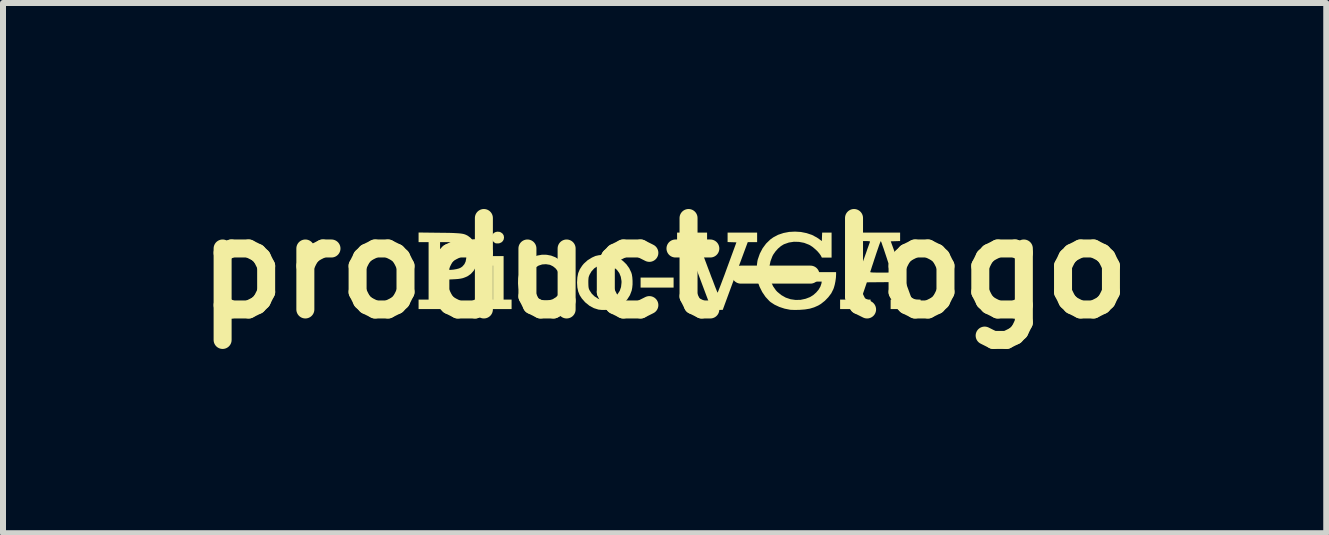
<source format=kicad_pcb>
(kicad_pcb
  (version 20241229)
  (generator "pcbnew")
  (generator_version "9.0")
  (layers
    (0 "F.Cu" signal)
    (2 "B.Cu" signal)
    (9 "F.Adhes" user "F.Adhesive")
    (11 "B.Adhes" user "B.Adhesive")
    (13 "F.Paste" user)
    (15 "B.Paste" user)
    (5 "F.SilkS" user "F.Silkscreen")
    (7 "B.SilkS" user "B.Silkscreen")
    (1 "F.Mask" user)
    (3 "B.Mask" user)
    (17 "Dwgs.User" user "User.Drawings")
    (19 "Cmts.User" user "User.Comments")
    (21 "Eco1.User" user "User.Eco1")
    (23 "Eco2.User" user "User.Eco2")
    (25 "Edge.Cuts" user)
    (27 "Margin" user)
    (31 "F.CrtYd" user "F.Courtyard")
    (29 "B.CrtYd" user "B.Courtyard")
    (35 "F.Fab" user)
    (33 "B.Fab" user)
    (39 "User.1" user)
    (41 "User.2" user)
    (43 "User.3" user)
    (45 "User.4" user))
  (footprint "product-logo"
    (layer "F.Cu")
    (at 8.026 1.418)
    (property "Reference" "product-logo" (at 0 0 0) (layer "F.SilkS") (effects (font (size 1.524 1.524) (thickness 0.3))))
    (attr through_hole)
    (fp_poly (pts (xy 0.15 0.325) (xy -0.4 0.325) (xy -0.4 0.158) (xy 0.15 0.158)) (stroke (width 0) (type solid)) (fill yes) (layer "F.SilkS"))
    (fp_poly (pts (xy -2.683 0.525) (xy -2.55 0.525) (xy -2.55 0.683) (xy -3 0.683) (xy -3 0.525) (xy -2.858 0.525) (xy -2.858 -0.042) (xy -3 -0.042) (xy -3 -0.2) (xy -2.683 -0.2)) (stroke (width 0) (type solid)) (fill yes) (layer "F.SilkS"))
    (fp_poly (pts (xy -2.752 -0.604) (xy -2.73 -0.596) (xy -2.7 -0.574) (xy -2.682 -0.545) (xy -2.676 -0.512) (xy -2.681 -0.479) (xy -2.696 -0.45) (xy -2.722 -0.427) (xy -2.756 -0.413) (xy -2.767 -0.412) (xy -2.794 -0.411) (xy -2.817 -0.414) (xy -2.822 -0.416) (xy -2.848 -0.434) (xy -2.869 -0.462) (xy -2.882 -0.492) (xy -2.883 -0.506) (xy -2.876 -0.545) (xy -2.856 -0.576) (xy -2.827 -0.597) (xy -2.791 -0.607)) (stroke (width 0) (type solid)) (fill yes) (layer "F.SilkS"))
    (fp_poly (pts (xy 0.708 -0.433) (xy 0.637 -0.433) (xy 0.605 -0.432) (xy 0.581 -0.43) (xy 0.568 -0.427) (xy 0.567 -0.425) (xy 0.57 -0.416) (xy 0.578 -0.393) (xy 0.59 -0.358) (xy 0.607 -0.312) (xy 0.627 -0.259) (xy 0.65 -0.198) (xy 0.674 -0.133) (xy 0.7 -0.064) (xy 0.726 0.006) (xy 0.753 0.076) (xy 0.778 0.144) (xy 0.803 0.207) (xy 0.825 0.266) (xy 0.844 0.316) (xy 0.861 0.358) (xy 0.873 0.388) (xy 0.88 0.406) (xy 0.882 0.41) (xy 0.886 0.403) (xy 0.895 0.383) (xy 0.908 0.349) (xy 0.926 0.304) (xy 0.947 0.249) (xy 0.971 0.185) (xy 0.998 0.114) (xy 1.026 0.037) (xy 1.042 -0.007) (xy 1.197 -0.429) (xy 1.05 -0.434) (xy 1.05 -0.592) (xy 1.542 -0.592) (xy 1.542 -0.433) (xy 1.386 -0.433) (xy 1.177 0.131) (xy 0.969 0.696) (xy 0.878 0.698) (xy 0.787 0.7) (xy 0.362 -0.433) (xy 0.285 -0.433) (xy 0.208 -0.433) (xy 0.208 -0.592) (xy 0.708 -0.592)) (stroke (width 0) (type solid)) (fill yes) (layer "F.SilkS"))
    (fp_poly (pts (xy -3.765 -0.589) (xy -3.67 -0.588) (xy -3.59 -0.587) (xy -3.524 -0.585) (xy -3.469 -0.582) (xy -3.425 -0.579) (xy -3.388 -0.575) (xy -3.358 -0.57) (xy -3.333 -0.563) (xy -3.312 -0.555) (xy -3.292 -0.545) (xy -3.279 -0.538) (xy -3.232 -0.502) (xy -3.189 -0.454) (xy -3.152 -0.398) (xy -3.126 -0.338) (xy -3.117 -0.307) (xy -3.112 -0.27) (xy -3.109 -0.223) (xy -3.11 -0.173) (xy -3.113 -0.126) (xy -3.119 -0.089) (xy -3.12 -0.087) (xy -3.146 -0.016) (xy -3.183 0.046) (xy -3.229 0.097) (xy -3.283 0.135) (xy -3.295 0.141) (xy -3.328 0.155) (xy -3.361 0.167) (xy -3.397 0.175) (xy -3.439 0.181) (xy -3.49 0.185) (xy -3.552 0.188) (xy -3.59 0.19) (xy -3.742 0.194) (xy -3.742 0.525) (xy -3.575 0.525) (xy -3.575 0.683) (xy -4.1 0.683) (xy -4.1 0.525) (xy -3.933 0.525) (xy -3.933 0.033) (xy -3.742 0.033) (xy -3.656 0.033) (xy -3.613 0.032) (xy -3.57 0.03) (xy -3.534 0.027) (xy -3.521 0.026) (xy -3.468 0.017) (xy -3.427 0.006) (xy -3.396 -0.008) (xy -3.37 -0.027) (xy -3.367 -0.03) (xy -3.336 -0.066) (xy -3.316 -0.109) (xy -3.306 -0.162) (xy -3.304 -0.205) (xy -3.305 -0.242) (xy -3.309 -0.269) (xy -3.317 -0.294) (xy -3.329 -0.321) (xy -3.349 -0.354) (xy -3.372 -0.381) (xy -3.401 -0.401) (xy -3.436 -0.415) (xy -3.482 -0.425) (xy -3.538 -0.431) (xy -3.609 -0.433) (xy -3.64 -0.433) (xy -3.742 -0.433) (xy -3.742 0.033) (xy -3.933 0.033) (xy -3.933 -0.433) (xy -4.1 -0.433) (xy -4.1 -0.593)) (stroke (width 0) (type solid)) (fill yes) (layer "F.SilkS"))
    (fp_poly (pts (xy -1.966 -0.222) (xy -1.891 -0.208) (xy -1.821 -0.181) (xy -1.791 -0.163) (xy -1.758 -0.141) (xy -1.758 -0.2) (xy -1.6 -0.2) (xy -1.6 0.125) (xy -1.756 0.125) (xy -1.767 0.085) (xy -1.786 0.044) (xy -1.818 0.004) (xy -1.859 -0.029) (xy -1.903 -0.051) (xy -1.913 -0.055) (xy -1.977 -0.065) (xy -2.04 -0.061) (xy -2.099 -0.042) (xy -2.151 -0.009) (xy -2.175 0.014) (xy -2.203 0.047) (xy -2.223 0.079) (xy -2.236 0.113) (xy -2.243 0.154) (xy -2.246 0.205) (xy -2.246 0.229) (xy -2.246 0.272) (xy -2.244 0.303) (xy -2.241 0.326) (xy -2.236 0.346) (xy -2.227 0.367) (xy -2.218 0.386) (xy -2.183 0.445) (xy -2.141 0.489) (xy -2.093 0.52) (xy -2.092 0.52) (xy -2.054 0.532) (xy -2.005 0.538) (xy -1.954 0.538) (xy -1.905 0.531) (xy -1.866 0.52) (xy -1.81 0.485) (xy -1.761 0.436) (xy -1.742 0.409) (xy -1.716 0.368) (xy -1.652 0.397) (xy -1.621 0.411) (xy -1.597 0.423) (xy -1.582 0.432) (xy -1.58 0.433) (xy -1.58 0.445) (xy -1.588 0.465) (xy -1.604 0.493) (xy -1.624 0.523) (xy -1.648 0.553) (xy -1.671 0.579) (xy -1.729 0.625) (xy -1.797 0.662) (xy -1.873 0.686) (xy -1.954 0.699) (xy -2.036 0.699) (xy -2.111 0.687) (xy -2.186 0.66) (xy -2.254 0.619) (xy -2.309 0.569) (xy -2.363 0.499) (xy -2.404 0.422) (xy -2.43 0.339) (xy -2.442 0.254) (xy -2.438 0.167) (xy -2.42 0.082) (xy -2.394 0.017) (xy -2.371 -0.022) (xy -2.336 -0.064) (xy -2.296 -0.105) (xy -2.252 -0.143) (xy -2.21 -0.172) (xy -2.193 -0.181) (xy -2.12 -0.209) (xy -2.043 -0.223)) (stroke (width 0) (type solid)) (fill yes) (layer "F.SilkS"))
    (fp_poly (pts (xy -0.905 -0.216) (xy -0.849 -0.205) (xy -0.839 -0.201) (xy -0.764 -0.167) (xy -0.696 -0.121) (xy -0.637 -0.064) (xy -0.59 0.001) (xy -0.556 0.072) (xy -0.546 0.104) (xy -0.538 0.153) (xy -0.534 0.212) (xy -0.534 0.273) (xy -0.54 0.331) (xy -0.549 0.376) (xy -0.578 0.452) (xy -0.622 0.521) (xy -0.678 0.581) (xy -0.745 0.631) (xy -0.821 0.669) (xy -0.83 0.672) (xy -0.876 0.685) (xy -0.932 0.693) (xy -0.991 0.697) (xy -1.049 0.697) (xy -1.099 0.692) (xy -1.104 0.691) (xy -1.18 0.667) (xy -1.252 0.628) (xy -1.318 0.575) (xy -1.328 0.565) (xy -1.379 0.507) (xy -1.416 0.45) (xy -1.44 0.389) (xy -1.454 0.322) (xy -1.459 0.243) (xy -1.459 0.242) (xy -1.271 0.242) (xy -1.27 0.284) (xy -1.268 0.314) (xy -1.264 0.337) (xy -1.257 0.357) (xy -1.25 0.371) (xy -1.215 0.425) (xy -1.168 0.471) (xy -1.113 0.507) (xy -1.062 0.526) (xy -1.034 0.53) (xy -0.995 0.53) (xy -0.954 0.527) (xy -0.917 0.521) (xy -0.892 0.514) (xy -0.832 0.48) (xy -0.784 0.435) (xy -0.748 0.38) (xy -0.726 0.316) (xy -0.718 0.244) (xy -0.718 0.216) (xy -0.73 0.145) (xy -0.755 0.083) (xy -0.794 0.03) (xy -0.846 -0.012) (xy -0.883 -0.032) (xy -0.911 -0.044) (xy -0.937 -0.051) (xy -0.968 -0.054) (xy -1 -0.054) (xy -1.039 -0.053) (xy -1.067 -0.05) (xy -1.092 -0.043) (xy -1.118 -0.031) (xy -1.173 0.005) (xy -1.218 0.054) (xy -1.249 0.107) (xy -1.259 0.131) (xy -1.266 0.153) (xy -1.269 0.178) (xy -1.271 0.211) (xy -1.271 0.242) (xy -1.459 0.242) (xy -1.459 0.237) (xy -1.454 0.155) (xy -1.44 0.084) (xy -1.413 0.02) (xy -1.374 -0.04) (xy -1.346 -0.074) (xy -1.283 -0.131) (xy -1.21 -0.176) (xy -1.152 -0.202) (xy -1.098 -0.214) (xy -1.036 -0.221) (xy -0.969 -0.222)) (stroke (width 0) (type solid)) (fill yes) (layer "F.SilkS"))
    (fp_poly (pts (xy 3.925 -0.451) (xy 3.769 -0.446) (xy 3.945 0.037) (xy 4.122 0.521) (xy 4.194 0.523) (xy 4.267 0.526) (xy 4.267 0.683) (xy 3.767 0.683) (xy 3.767 0.526) (xy 3.922 0.521) (xy 3.876 0.377) (xy 3.83 0.233) (xy 3.601 0.235) (xy 3.371 0.237) (xy 3.324 0.375) (xy 3.308 0.42) (xy 3.295 0.46) (xy 3.284 0.491) (xy 3.278 0.512) (xy 3.276 0.519) (xy 3.283 0.521) (xy 3.304 0.524) (xy 3.334 0.525) (xy 3.354 0.525) (xy 3.433 0.525) (xy 3.433 0.683) (xy 2.925 0.683) (xy 2.925 0.525) (xy 3.08 0.525) (xy 3.244 0.065) (xy 3.427 0.065) (xy 3.429 0.068) (xy 3.44 0.071) (xy 3.461 0.073) (xy 3.493 0.074) (xy 3.539 0.075) (xy 3.6 0.075) (xy 3.659 0.075) (xy 3.703 0.075) (xy 3.734 0.074) (xy 3.755 0.072) (xy 3.767 0.07) (xy 3.772 0.067) (xy 3.773 0.063) (xy 3.773 0.06) (xy 3.764 0.029) (xy 3.752 -0.012) (xy 3.737 -0.06) (xy 3.72 -0.113) (xy 3.702 -0.169) (xy 3.683 -0.226) (xy 3.665 -0.28) (xy 3.648 -0.331) (xy 3.632 -0.375) (xy 3.62 -0.411) (xy 3.61 -0.437) (xy 3.604 -0.449) (xy 3.604 -0.45) (xy 3.599 -0.442) (xy 3.59 -0.421) (xy 3.577 -0.387) (xy 3.562 -0.343) (xy 3.544 -0.291) (xy 3.524 -0.232) (xy 3.513 -0.198) (xy 3.492 -0.136) (xy 3.474 -0.079) (xy 3.457 -0.029) (xy 3.444 0.013) (xy 3.434 0.043) (xy 3.428 0.061) (xy 3.427 0.065) (xy 3.244 0.065) (xy 3.25 0.048) (xy 3.28 -0.037) (xy 3.309 -0.118) (xy 3.336 -0.193) (xy 3.36 -0.26) (xy 3.38 -0.319) (xy 3.398 -0.368) (xy 3.411 -0.405) (xy 3.42 -0.429) (xy 3.423 -0.44) (xy 3.423 -0.44) (xy 3.421 -0.445) (xy 3.407 -0.448) (xy 3.381 -0.45) (xy 3.351 -0.45) (xy 3.275 -0.45) (xy 3.275 -0.592) (xy 3.925 -0.592)) (stroke (width 0) (type solid)) (fill yes) (layer "F.SilkS"))
    (fp_poly (pts (xy 2.271 -0.602) (xy 2.366 -0.583) (xy 2.456 -0.553) (xy 2.537 -0.51) (xy 2.575 -0.484) (xy 2.621 -0.45) (xy 2.623 -0.521) (xy 2.626 -0.592) (xy 2.783 -0.592) (xy 2.783 -0.175) (xy 2.621 -0.175) (xy 2.601 -0.213) (xy 2.578 -0.245) (xy 2.546 -0.282) (xy 2.506 -0.319) (xy 2.464 -0.354) (xy 2.423 -0.381) (xy 2.405 -0.39) (xy 2.325 -0.421) (xy 2.24 -0.437) (xy 2.155 -0.439) (xy 2.071 -0.426) (xy 1.991 -0.398) (xy 1.983 -0.394) (xy 1.938 -0.366) (xy 1.891 -0.326) (xy 1.848 -0.278) (xy 1.812 -0.227) (xy 1.797 -0.199) (xy 1.765 -0.115) (xy 1.747 -0.028) (xy 1.743 0.059) (xy 1.752 0.145) (xy 1.774 0.227) (xy 1.808 0.303) (xy 1.855 0.37) (xy 1.878 0.395) (xy 1.945 0.45) (xy 2.019 0.492) (xy 2.099 0.519) (xy 2.182 0.531) (xy 2.267 0.529) (xy 2.351 0.511) (xy 2.424 0.483) (xy 2.477 0.45) (xy 2.526 0.407) (xy 2.567 0.359) (xy 2.597 0.307) (xy 2.614 0.257) (xy 2.614 0.253) (xy 2.619 0.225) (xy 2.392 0.225) (xy 2.392 0.067) (xy 2.858 0.067) (xy 2.858 0.111) (xy 2.855 0.162) (xy 2.847 0.22) (xy 2.835 0.279) (xy 2.82 0.331) (xy 2.812 0.352) (xy 2.778 0.42) (xy 2.729 0.485) (xy 2.671 0.545) (xy 2.605 0.597) (xy 2.56 0.624) (xy 2.492 0.654) (xy 2.42 0.676) (xy 2.34 0.689) (xy 2.249 0.696) (xy 2.242 0.696) (xy 2.196 0.697) (xy 2.155 0.697) (xy 2.122 0.696) (xy 2.1 0.695) (xy 2.096 0.695) (xy 2 0.676) (xy 1.912 0.647) (xy 1.833 0.61) (xy 1.767 0.567) (xy 1.746 0.549) (xy 1.682 0.48) (xy 1.627 0.399) (xy 1.582 0.309) (xy 1.556 0.236) (xy 1.547 0.19) (xy 1.54 0.133) (xy 1.537 0.07) (xy 1.537 0.005) (xy 1.539 -0.056) (xy 1.546 -0.11) (xy 1.552 -0.141) (xy 1.587 -0.241) (xy 1.634 -0.331) (xy 1.692 -0.409) (xy 1.761 -0.476) (xy 1.811 -0.512) (xy 1.892 -0.555) (xy 1.982 -0.585) (xy 2.076 -0.603) (xy 2.174 -0.608)) (stroke (width 0) (type solid)) (fill yes) (layer "F.SilkS")))
  (gr_rect
    (start -3 -3)
    (end 19.053 5.836)
    (stroke (width 0.1) (type default))
    (fill no)
    (layer "Edge.Cuts")))
</source>
